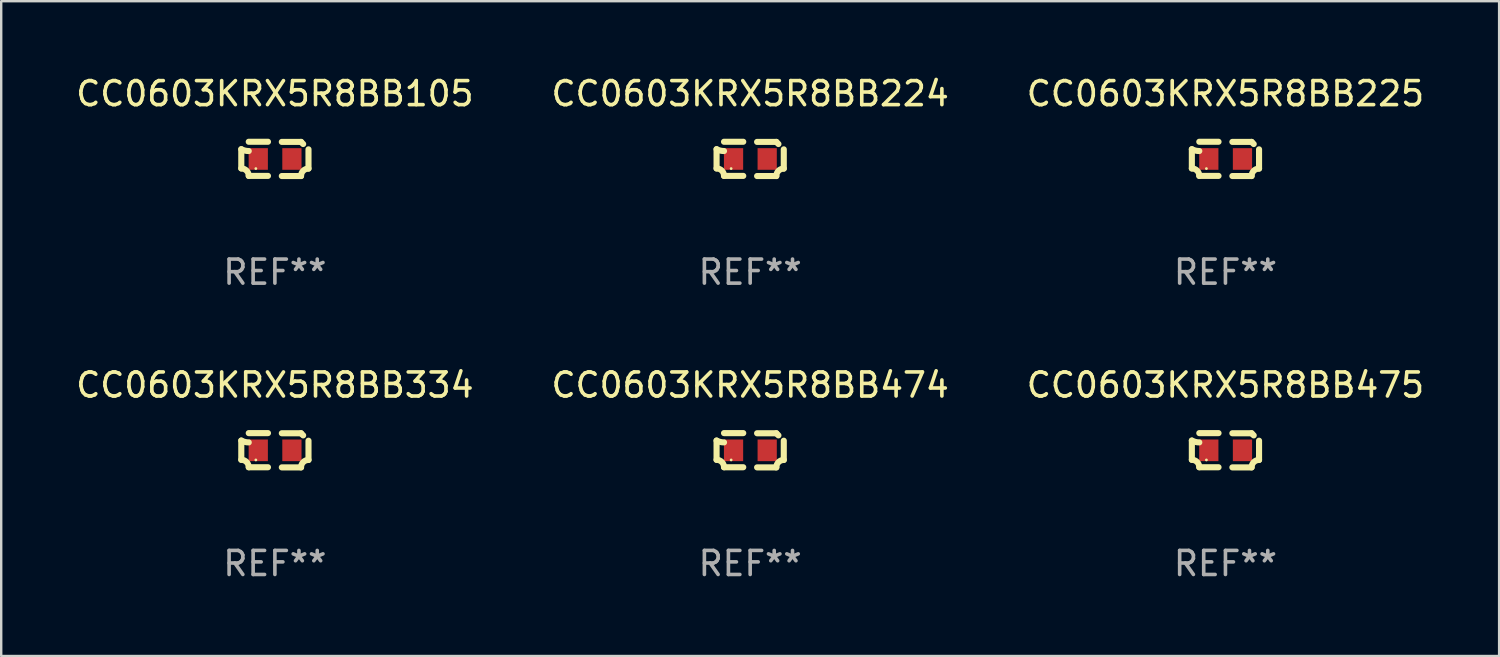
<source format=kicad_pcb>
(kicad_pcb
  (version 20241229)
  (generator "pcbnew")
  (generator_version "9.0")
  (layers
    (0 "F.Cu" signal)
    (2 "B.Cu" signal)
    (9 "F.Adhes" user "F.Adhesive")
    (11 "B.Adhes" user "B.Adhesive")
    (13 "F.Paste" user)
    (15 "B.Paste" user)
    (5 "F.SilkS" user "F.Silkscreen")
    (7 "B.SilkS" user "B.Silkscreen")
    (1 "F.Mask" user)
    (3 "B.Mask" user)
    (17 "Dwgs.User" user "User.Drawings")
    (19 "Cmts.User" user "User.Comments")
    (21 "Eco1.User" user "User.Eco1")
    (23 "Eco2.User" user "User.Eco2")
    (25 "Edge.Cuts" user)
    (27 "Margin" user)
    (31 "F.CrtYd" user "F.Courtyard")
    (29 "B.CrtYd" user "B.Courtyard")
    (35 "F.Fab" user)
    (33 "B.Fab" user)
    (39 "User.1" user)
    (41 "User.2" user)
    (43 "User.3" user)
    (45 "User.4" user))
  (footprint "CC0603KRX5R8BB475"
    (layer "F.Cu")
    (at 47.935 15.683)
    (property "Reference" "CC0603KRX5R8BB475" (at 0 -2.713 0) (layer "F.SilkS") (effects (font (size 1 1) (thickness 0.15))))
    (attr through_hole)
    (fp_line (start -1.398 -0.403) (end -1.398 0.397) (stroke (width 0.254) (type solid)) (layer "F.SilkS"))
    (fp_line (start -0.288 -0.713) (end -1.088 -0.713) (stroke (width 0.254) (type solid)) (layer "F.SilkS"))
    (fp_line (start -0.288 0.707) (end -1.088 0.707) (stroke (width 0.254) (type solid)) (layer "F.SilkS"))
    (fp_line (start 0.288 -0.707) (end 1.088 -0.707) (stroke (width 0.254) (type solid)) (layer "F.SilkS"))
    (fp_line (start 0.288 0.713) (end 1.088 0.713) (stroke (width 0.254) (type solid)) (layer "F.SilkS"))
    (fp_line (start 1.398 -0.397) (end 1.398 0.403) (stroke (width 0.254) (type solid)) (layer "F.SilkS"))
    (fp_arc (start -1.397789 0.397066) (mid -1.178701 0.487826) (end -1.08796 0.706922) (stroke (width 0.254001) (type solid)) (layer "F.SilkS"))
    (fp_arc (start -1.08796 -0.327176) (mid -1.247436 -0.346384) (end -1.39779 -0.402908) (stroke (width 0.254001) (type solid)) (layer "F.SilkS"))
    (fp_arc (start 1.087909 0.712738) (mid 1.178656 0.493655) (end 1.397739 0.402908) (stroke (width 0.254001) (type solid)) (layer "F.SilkS"))
    (fp_arc (start 1.175925 -0.618926) (mid 1.131917 -0.662923) (end 1.08791 -0.706922) (stroke (width 0.254001) (type solid)) (layer "F.SilkS"))
    (fp_circle (center -0.792 0.403) (end -0.762 0.403) (stroke (width 0.06) (type solid)) (fill no) (layer "F.SilkS"))
    (fp_text user "REF**" (at 0 4.713 0) (layer "F.Fab") (effects (font (size 1 1) (thickness 0.15))))
    (pad "1" smd rect (at -0.692 0.003) (size 0.8 0.9) (layers "F.Cu" "F.Mask" "F.Paste"))
    (pad "2" smd rect (at 0.708 0.003) (size 0.8 0.9) (layers "F.Cu" "F.Mask" "F.Paste")))
  (footprint "CC0603KRX5R8BB105"
    (layer "F.Cu")
    (at 8.387 3.561)
    (property "Reference" "CC0603KRX5R8BB105" (at 0 -2.713 0) (layer "F.SilkS") (effects (font (size 1 1) (thickness 0.15))))
    (attr through_hole)
    (fp_line (start -1.398 -0.403) (end -1.398 0.397) (stroke (width 0.254) (type solid)) (layer "F.SilkS"))
    (fp_line (start -0.288 -0.713) (end -1.088 -0.713) (stroke (width 0.254) (type solid)) (layer "F.SilkS"))
    (fp_line (start -0.288 0.707) (end -1.088 0.707) (stroke (width 0.254) (type solid)) (layer "F.SilkS"))
    (fp_line (start 0.288 -0.707) (end 1.088 -0.707) (stroke (width 0.254) (type solid)) (layer "F.SilkS"))
    (fp_line (start 0.288 0.713) (end 1.088 0.713) (stroke (width 0.254) (type solid)) (layer "F.SilkS"))
    (fp_line (start 1.398 -0.397) (end 1.398 0.403) (stroke (width 0.254) (type solid)) (layer "F.SilkS"))
    (fp_arc (start -1.397789 0.397066) (mid -1.178701 0.487826) (end -1.08796 0.706922) (stroke (width 0.254001) (type solid)) (layer "F.SilkS"))
    (fp_arc (start -1.08796 -0.327176) (mid -1.247436 -0.346384) (end -1.39779 -0.402908) (stroke (width 0.254001) (type solid)) (layer "F.SilkS"))
    (fp_arc (start 1.087909 0.712738) (mid 1.178656 0.493655) (end 1.397739 0.402908) (stroke (width 0.254001) (type solid)) (layer "F.SilkS"))
    (fp_arc (start 1.175925 -0.618926) (mid 1.131917 -0.662923) (end 1.08791 -0.706922) (stroke (width 0.254001) (type solid)) (layer "F.SilkS"))
    (fp_circle (center -0.792 0.403) (end -0.762 0.403) (stroke (width 0.06) (type solid)) (fill no) (layer "F.SilkS"))
    (fp_text user "REF**" (at 0 4.713 0) (layer "F.Fab") (effects (font (size 1 1) (thickness 0.15))))
    (pad "1" smd rect (at -0.692 0.003) (size 0.8 0.9) (layers "F.Cu" "F.Mask" "F.Paste"))
    (pad "2" smd rect (at 0.708 0.003) (size 0.8 0.9) (layers "F.Cu" "F.Mask" "F.Paste")))
  (footprint "CC0603KRX5R8BB474"
    (layer "F.Cu")
    (at 28.161 15.683)
    (property "Reference" "CC0603KRX5R8BB474" (at 0 -2.713 0) (layer "F.SilkS") (effects (font (size 1 1) (thickness 0.15))))
    (attr through_hole)
    (fp_line (start -1.398 -0.403) (end -1.398 0.397) (stroke (width 0.254) (type solid)) (layer "F.SilkS"))
    (fp_line (start -0.288 -0.713) (end -1.088 -0.713) (stroke (width 0.254) (type solid)) (layer "F.SilkS"))
    (fp_line (start -0.288 0.707) (end -1.088 0.707) (stroke (width 0.254) (type solid)) (layer "F.SilkS"))
    (fp_line (start 0.288 -0.707) (end 1.088 -0.707) (stroke (width 0.254) (type solid)) (layer "F.SilkS"))
    (fp_line (start 0.288 0.713) (end 1.088 0.713) (stroke (width 0.254) (type solid)) (layer "F.SilkS"))
    (fp_line (start 1.398 -0.397) (end 1.398 0.403) (stroke (width 0.254) (type solid)) (layer "F.SilkS"))
    (fp_arc (start -1.397789 0.397066) (mid -1.178701 0.487826) (end -1.08796 0.706922) (stroke (width 0.254001) (type solid)) (layer "F.SilkS"))
    (fp_arc (start -1.08796 -0.327176) (mid -1.247436 -0.346384) (end -1.39779 -0.402908) (stroke (width 0.254001) (type solid)) (layer "F.SilkS"))
    (fp_arc (start 1.087909 0.712738) (mid 1.178656 0.493655) (end 1.397739 0.402908) (stroke (width 0.254001) (type solid)) (layer "F.SilkS"))
    (fp_arc (start 1.175925 -0.618926) (mid 1.131917 -0.662923) (end 1.08791 -0.706922) (stroke (width 0.254001) (type solid)) (layer "F.SilkS"))
    (fp_circle (center -0.792 0.403) (end -0.762 0.403) (stroke (width 0.06) (type solid)) (fill no) (layer "F.SilkS"))
    (fp_text user "REF**" (at 0 4.713 0) (layer "F.Fab") (effects (font (size 1 1) (thickness 0.15))))
    (pad "1" smd rect (at -0.692 0.003) (size 0.8 0.9) (layers "F.Cu" "F.Mask" "F.Paste"))
    (pad "2" smd rect (at 0.708 0.003) (size 0.8 0.9) (layers "F.Cu" "F.Mask" "F.Paste")))
  (footprint "CC0603KRX5R8BB224"
    (layer "F.Cu")
    (at 28.161 3.561)
    (property "Reference" "CC0603KRX5R8BB224" (at 0 -2.713 0) (layer "F.SilkS") (effects (font (size 1 1) (thickness 0.15))))
    (attr through_hole)
    (fp_line (start -1.398 -0.403) (end -1.398 0.397) (stroke (width 0.254) (type solid)) (layer "F.SilkS"))
    (fp_line (start -0.288 -0.713) (end -1.088 -0.713) (stroke (width 0.254) (type solid)) (layer "F.SilkS"))
    (fp_line (start -0.288 0.707) (end -1.088 0.707) (stroke (width 0.254) (type solid)) (layer "F.SilkS"))
    (fp_line (start 0.288 -0.707) (end 1.088 -0.707) (stroke (width 0.254) (type solid)) (layer "F.SilkS"))
    (fp_line (start 0.288 0.713) (end 1.088 0.713) (stroke (width 0.254) (type solid)) (layer "F.SilkS"))
    (fp_line (start 1.398 -0.397) (end 1.398 0.403) (stroke (width 0.254) (type solid)) (layer "F.SilkS"))
    (fp_arc (start -1.397789 0.397066) (mid -1.178701 0.487826) (end -1.08796 0.706922) (stroke (width 0.254001) (type solid)) (layer "F.SilkS"))
    (fp_arc (start -1.08796 -0.327176) (mid -1.247436 -0.346384) (end -1.39779 -0.402908) (stroke (width 0.254001) (type solid)) (layer "F.SilkS"))
    (fp_arc (start 1.087909 0.712738) (mid 1.178656 0.493655) (end 1.397739 0.402908) (stroke (width 0.254001) (type solid)) (layer "F.SilkS"))
    (fp_arc (start 1.175925 -0.618926) (mid 1.131917 -0.662923) (end 1.08791 -0.706922) (stroke (width 0.254001) (type solid)) (layer "F.SilkS"))
    (fp_circle (center -0.792 0.403) (end -0.762 0.403) (stroke (width 0.06) (type solid)) (fill no) (layer "F.SilkS"))
    (fp_text user "REF**" (at 0 4.713 0) (layer "F.Fab") (effects (font (size 1 1) (thickness 0.15))))
    (pad "1" smd rect (at -0.692 0.003) (size 0.8 0.9) (layers "F.Cu" "F.Mask" "F.Paste"))
    (pad "2" smd rect (at 0.708 0.003) (size 0.8 0.9) (layers "F.Cu" "F.Mask" "F.Paste")))
  (footprint "CC0603KRX5R8BB334"
    (layer "F.Cu")
    (at 8.387 15.683)
    (property "Reference" "CC0603KRX5R8BB334" (at 0 -2.713 0) (layer "F.SilkS") (effects (font (size 1 1) (thickness 0.15))))
    (attr through_hole)
    (fp_line (start -1.398 -0.403) (end -1.398 0.397) (stroke (width 0.254) (type solid)) (layer "F.SilkS"))
    (fp_line (start -0.288 -0.713) (end -1.088 -0.713) (stroke (width 0.254) (type solid)) (layer "F.SilkS"))
    (fp_line (start -0.288 0.707) (end -1.088 0.707) (stroke (width 0.254) (type solid)) (layer "F.SilkS"))
    (fp_line (start 0.288 -0.707) (end 1.088 -0.707) (stroke (width 0.254) (type solid)) (layer "F.SilkS"))
    (fp_line (start 0.288 0.713) (end 1.088 0.713) (stroke (width 0.254) (type solid)) (layer "F.SilkS"))
    (fp_line (start 1.398 -0.397) (end 1.398 0.403) (stroke (width 0.254) (type solid)) (layer "F.SilkS"))
    (fp_arc (start -1.397789 0.397066) (mid -1.178701 0.487826) (end -1.08796 0.706922) (stroke (width 0.254001) (type solid)) (layer "F.SilkS"))
    (fp_arc (start -1.08796 -0.327176) (mid -1.247436 -0.346384) (end -1.39779 -0.402908) (stroke (width 0.254001) (type solid)) (layer "F.SilkS"))
    (fp_arc (start 1.087909 0.712738) (mid 1.178656 0.493655) (end 1.397739 0.402908) (stroke (width 0.254001) (type solid)) (layer "F.SilkS"))
    (fp_arc (start 1.175925 -0.618926) (mid 1.131917 -0.662923) (end 1.08791 -0.706922) (stroke (width 0.254001) (type solid)) (layer "F.SilkS"))
    (fp_circle (center -0.792 0.403) (end -0.762 0.403) (stroke (width 0.06) (type solid)) (fill no) (layer "F.SilkS"))
    (fp_text user "REF**" (at 0 4.713 0) (layer "F.Fab") (effects (font (size 1 1) (thickness 0.15))))
    (pad "1" smd rect (at -0.692 0.003) (size 0.8 0.9) (layers "F.Cu" "F.Mask" "F.Paste"))
    (pad "2" smd rect (at 0.708 0.003) (size 0.8 0.9) (layers "F.Cu" "F.Mask" "F.Paste")))
  (footprint "CC0603KRX5R8BB225"
    (layer "F.Cu")
    (at 47.935 3.561)
    (property "Reference" "CC0603KRX5R8BB225" (at 0 -2.713 0) (layer "F.SilkS") (effects (font (size 1 1) (thickness 0.15))))
    (attr through_hole)
    (fp_line (start -1.398 -0.403) (end -1.398 0.397) (stroke (width 0.254) (type solid)) (layer "F.SilkS"))
    (fp_line (start -0.288 -0.713) (end -1.088 -0.713) (stroke (width 0.254) (type solid)) (layer "F.SilkS"))
    (fp_line (start -0.288 0.707) (end -1.088 0.707) (stroke (width 0.254) (type solid)) (layer "F.SilkS"))
    (fp_line (start 0.288 -0.707) (end 1.088 -0.707) (stroke (width 0.254) (type solid)) (layer "F.SilkS"))
    (fp_line (start 0.288 0.713) (end 1.088 0.713) (stroke (width 0.254) (type solid)) (layer "F.SilkS"))
    (fp_line (start 1.398 -0.397) (end 1.398 0.403) (stroke (width 0.254) (type solid)) (layer "F.SilkS"))
    (fp_arc (start -1.397789 0.397066) (mid -1.178701 0.487826) (end -1.08796 0.706922) (stroke (width 0.254001) (type solid)) (layer "F.SilkS"))
    (fp_arc (start -1.08796 -0.327176) (mid -1.247436 -0.346384) (end -1.39779 -0.402908) (stroke (width 0.254001) (type solid)) (layer "F.SilkS"))
    (fp_arc (start 1.087909 0.712738) (mid 1.178656 0.493655) (end 1.397739 0.402908) (stroke (width 0.254001) (type solid)) (layer "F.SilkS"))
    (fp_arc (start 1.175925 -0.618926) (mid 1.131917 -0.662923) (end 1.08791 -0.706922) (stroke (width 0.254001) (type solid)) (layer "F.SilkS"))
    (fp_circle (center -0.792 0.403) (end -0.762 0.403) (stroke (width 0.06) (type solid)) (fill no) (layer "F.SilkS"))
    (fp_text user "REF**" (at 0 4.713 0) (layer "F.Fab") (effects (font (size 1 1) (thickness 0.15))))
    (pad "1" smd rect (at -0.692 0.003) (size 0.8 0.9) (layers "F.Cu" "F.Mask" "F.Paste"))
    (pad "2" smd rect (at 0.708 0.003) (size 0.8 0.9) (layers "F.Cu" "F.Mask" "F.Paste")))
  (gr_rect
    (start -3 -3)
    (end 59.321 24.244)
    (stroke (width 0.1) (type default))
    (fill no)
    (layer "Edge.Cuts")))
</source>
